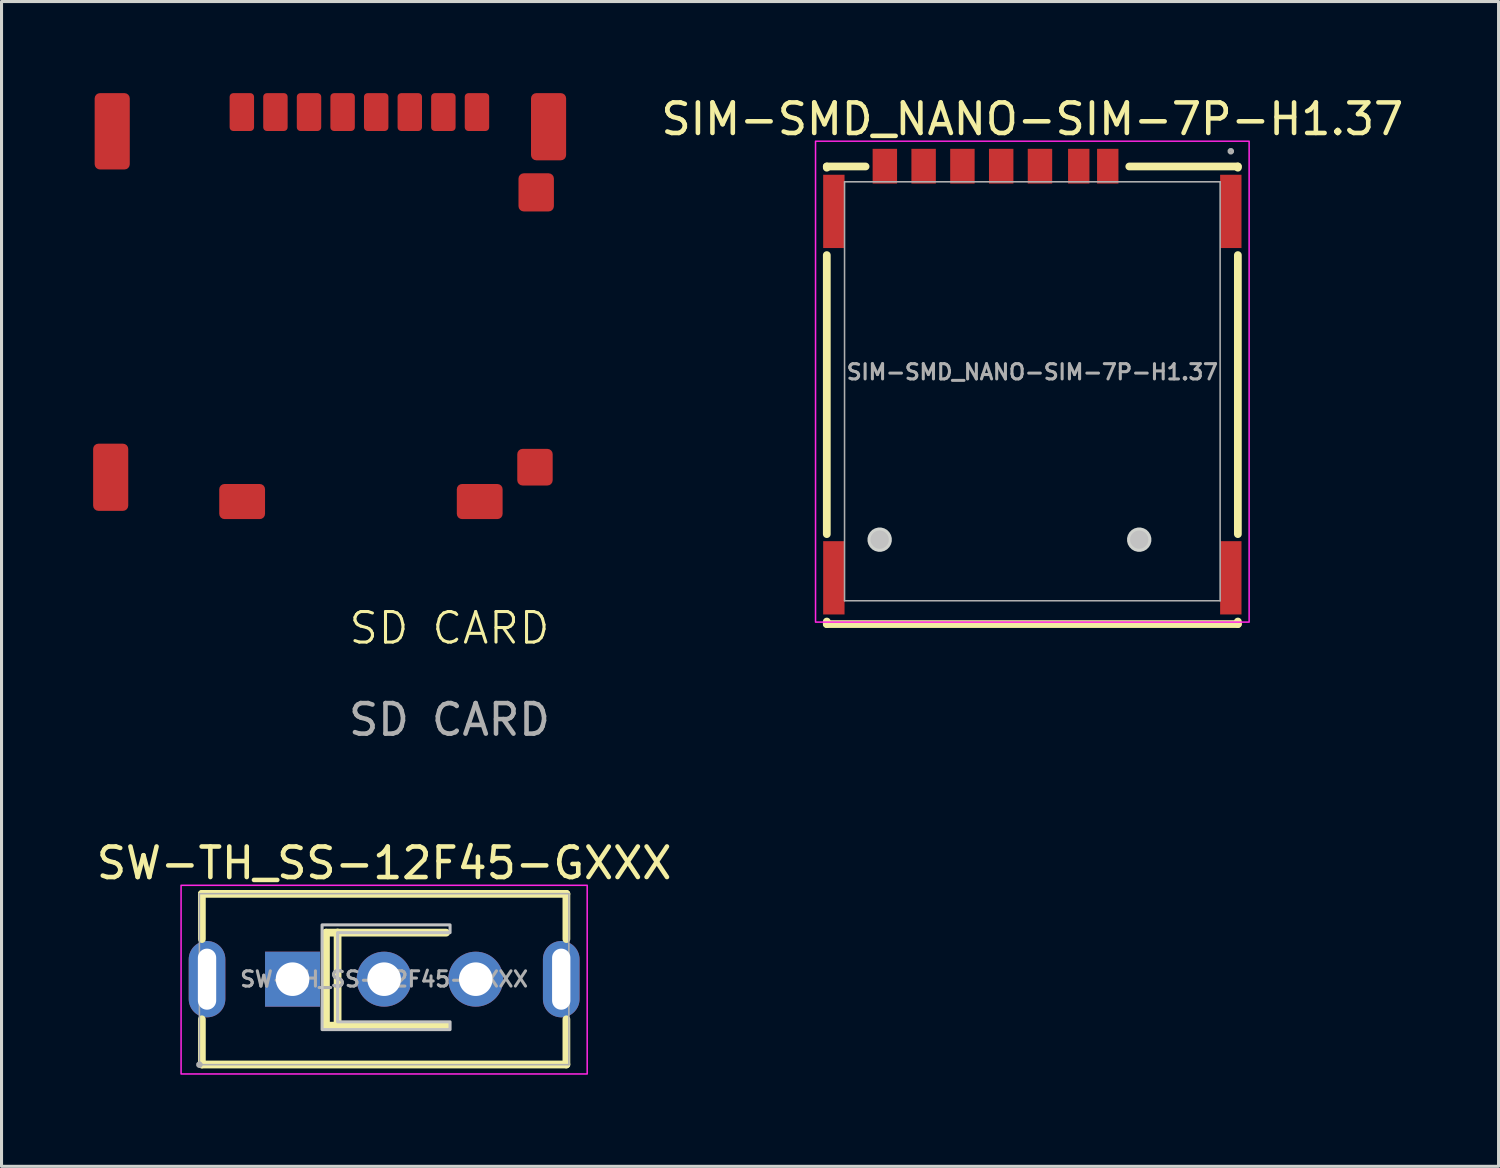
<source format=kicad_pcb>
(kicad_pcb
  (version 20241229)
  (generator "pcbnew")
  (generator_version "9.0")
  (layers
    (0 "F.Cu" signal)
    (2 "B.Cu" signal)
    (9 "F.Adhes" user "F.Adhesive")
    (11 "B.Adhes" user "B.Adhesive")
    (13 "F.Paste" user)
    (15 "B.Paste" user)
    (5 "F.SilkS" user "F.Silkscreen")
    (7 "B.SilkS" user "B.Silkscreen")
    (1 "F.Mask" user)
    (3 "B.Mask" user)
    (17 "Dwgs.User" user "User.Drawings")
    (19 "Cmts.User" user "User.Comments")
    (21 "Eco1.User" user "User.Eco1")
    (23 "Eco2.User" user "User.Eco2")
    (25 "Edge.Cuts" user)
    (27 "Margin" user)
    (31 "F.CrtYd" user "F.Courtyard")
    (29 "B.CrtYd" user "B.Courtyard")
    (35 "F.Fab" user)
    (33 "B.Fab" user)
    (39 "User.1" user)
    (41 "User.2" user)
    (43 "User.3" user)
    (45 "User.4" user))
  (footprint "SIM-SMD_NANO-SIM-7P-H1.37"
    (layer "F.Cu")
    (at 30.758 9.133)
    (property "Reference" "SIM-SMD_NANO-SIM-7P-H1.37" (at 0 -8.284 0) (layer "F.SilkS") (effects (font (size 1 1) (thickness 0.15))))
    (fp_line (start -6.731 -6.731) (end -6.731 -6.691) (stroke (width 0.254) (type default)) (layer "F.SilkS"))
    (fp_line (start -6.731 -3.829) (end -6.731 5.309) (stroke (width 0.254) (type default)) (layer "F.SilkS"))
    (fp_line (start -6.731 8.171) (end -6.731 8.255) (stroke (width 0.254) (type default)) (layer "F.SilkS"))
    (fp_line (start -6.731 8.255) (end 6.731 8.255) (stroke (width 0.254) (type default)) (layer "F.SilkS"))
    (fp_line (start -5.461 -6.731) (end -6.731 -6.731) (stroke (width 0.254) (type default)) (layer "F.SilkS"))
    (fp_line (start 3.175 -6.731) (end 6.731 -6.731) (stroke (width 0.254) (type default)) (layer "F.SilkS"))
    (fp_line (start 6.731 -6.691) (end 6.731 -6.731) (stroke (width 0.254) (type default)) (layer "F.SilkS"))
    (fp_line (start 6.731 5.309) (end 6.731 -3.829) (stroke (width 0.254) (type default)) (layer "F.SilkS"))
    (fp_line (start 6.731 8.255) (end 6.731 8.171) (stroke (width 0.254) (type default)) (layer "F.SilkS"))
    (fp_circle (center -5 5.49) (end -4.849 5.49) (stroke (width 0.3) (type default)) (fill no) (layer "Dwgs.User"))
    (fp_circle (center 3.5 5.49) (end 3.65 5.49) (stroke (width 0.3) (type default)) (fill no) (layer "Dwgs.User"))
    (fp_poly (pts (xy -4.603 5.438) (xy -4.63 5.337) (xy -4.683 5.247) (xy -4.756 5.173) (xy -4.847 5.121) (xy -4.948 5.094) (xy -5.052 5.094) (xy -5.153 5.121) (xy -5.244 5.173) (xy -5.317 5.247) (xy -5.37 5.337) (xy -5.397 5.438) (xy -5.397 5.543) (xy -5.37 5.644) (xy -5.317 5.734) (xy -5.244 5.808) (xy -5.153 5.86) (xy -5.052 5.887) (xy -4.948 5.887) (xy -4.847 5.86) (xy -4.756 5.808) (xy -4.683 5.734) (xy -4.63 5.644) (xy -4.603 5.543)) (stroke (width 0) (type default)) (fill yes) (layer "Edge.Cuts"))
    (fp_poly (pts (xy 3.897 5.438) (xy 3.87 5.337) (xy 3.817 5.247) (xy 3.744 5.173) (xy 3.653 5.121) (xy 3.552 5.094) (xy 3.448 5.094) (xy 3.347 5.121) (xy 3.256 5.173) (xy 3.183 5.247) (xy 3.13 5.337) (xy 3.103 5.438) (xy 3.103 5.543) (xy 3.13 5.644) (xy 3.183 5.734) (xy 3.256 5.808) (xy 3.347 5.86) (xy 3.448 5.887) (xy 3.552 5.887) (xy 3.653 5.86) (xy 3.744 5.808) (xy 3.817 5.734) (xy 3.87 5.644) (xy 3.897 5.543)) (stroke (width 0) (type default)) (fill yes) (layer "Edge.Cuts"))
    (fp_rect (start -7.1 -7.559) (end 7.1 8.191) (stroke (width 0.05) (type default)) (fill no) (layer "F.CrtYd"))
    (fp_line (start -6.15 -6.229) (end 6.15 -6.229) (stroke (width 0.051) (type default)) (layer "F.Fab"))
    (fp_line (start -6.15 7.491) (end -6.15 -6.229) (stroke (width 0.051) (type default)) (layer "F.Fab"))
    (fp_line (start 6.15 -6.229) (end 6.15 7.491) (stroke (width 0.051) (type default)) (layer "F.Fab"))
    (fp_line (start 6.15 7.491) (end -6.15 7.491) (stroke (width 0.051) (type default)) (layer "F.Fab"))
    (fp_poly (pts (xy 6.555 -7.253) (xy 6.523 -7.285) (xy 6.477 -7.285) (xy 6.445 -7.253) (xy 6.445 -7.207) (xy 6.477 -7.175) (xy 6.523 -7.175) (xy 6.555 -7.207)) (stroke (width 0.1) (type default)) (fill no) (layer "F.Fab"))
    (fp_poly (pts (xy -6.5 -6.01) (xy -6.1 -6.01) (xy -6.1 -4.51) (xy -6.5 -4.51)) (stroke (width 0.1) (type default)) (fill no) (layer "User.1"))
    (fp_poly (pts (xy -6.5 5.99) (xy -6.1 5.99) (xy -6.1 7.49) (xy -6.5 7.49)) (stroke (width 0.1) (type default)) (fill no) (layer "User.1"))
    (fp_poly (pts (xy -5.03 -7.229) (xy -4.63 -7.229) (xy -4.63 -6.529) (xy -5.03 -6.529)) (stroke (width 0.1) (type default)) (fill no) (layer "User.1"))
    (fp_poly (pts (xy -4.63 -7.23) (xy -5.03 -7.23) (xy -5.03 -6.22) (xy -4.63 -6.22)) (stroke (width 0.1) (type default)) (fill no) (layer "User.1"))
    (fp_poly (pts (xy -3.76 -7.229) (xy -3.36 -7.229) (xy -3.36 -6.529) (xy -3.76 -6.529)) (stroke (width 0.1) (type default)) (fill no) (layer "User.1"))
    (fp_poly (pts (xy -3.36 -7.23) (xy -3.76 -7.23) (xy -3.76 -6.22) (xy -3.36 -6.22)) (stroke (width 0.1) (type default)) (fill no) (layer "User.1"))
    (fp_poly (pts (xy -2.49 -7.229) (xy -2.09 -7.229) (xy -2.09 -6.529) (xy -2.49 -6.529)) (stroke (width 0.1) (type default)) (fill no) (layer "User.1"))
    (fp_poly (pts (xy -2.09 -7.23) (xy -2.49 -7.23) (xy -2.49 -6.22) (xy -2.09 -6.22)) (stroke (width 0.1) (type default)) (fill no) (layer "User.1"))
    (fp_poly (pts (xy -1.22 -7.229) (xy -0.82 -7.229) (xy -0.82 -6.529) (xy -1.22 -6.529)) (stroke (width 0.1) (type default)) (fill no) (layer "User.1"))
    (fp_poly (pts (xy -0.82 -7.23) (xy -1.22 -7.23) (xy -1.22 -6.22) (xy -0.82 -6.22)) (stroke (width 0.1) (type default)) (fill no) (layer "User.1"))
    (fp_poly (pts (xy 0.05 -7.229) (xy 0.45 -7.229) (xy 0.45 -6.529) (xy 0.05 -6.529)) (stroke (width 0.1) (type default)) (fill no) (layer "User.1"))
    (fp_poly (pts (xy 0.45 -7.23) (xy 0.05 -7.23) (xy 0.05 -6.22) (xy 0.45 -6.22)) (stroke (width 0.1) (type default)) (fill no) (layer "User.1"))
    (fp_poly (pts (xy 1.32 -7.229) (xy 1.72 -7.229) (xy 1.72 -6.529) (xy 1.32 -6.529)) (stroke (width 0.1) (type default)) (fill no) (layer "User.1"))
    (fp_poly (pts (xy 1.72 -7.23) (xy 1.32 -7.23) (xy 1.32 -6.22) (xy 1.72 -6.22)) (stroke (width 0.1) (type default)) (fill no) (layer "User.1"))
    (fp_poly (pts (xy 2.27 -7.229) (xy 2.67 -7.229) (xy 2.67 -6.529) (xy 2.27 -6.529)) (stroke (width 0.1) (type default)) (fill no) (layer "User.1"))
    (fp_poly (pts (xy 2.67 -7.23) (xy 2.27 -7.23) (xy 2.27 -6.22) (xy 2.67 -6.22)) (stroke (width 0.1) (type default)) (fill no) (layer "User.1"))
    (fp_poly (pts (xy 6.1 -6.01) (xy 6.5 -6.01) (xy 6.5 -4.51) (xy 6.1 -4.51)) (stroke (width 0.1) (type default)) (fill no) (layer "User.1"))
    (fp_poly (pts (xy 6.1 5.99) (xy 6.5 5.99) (xy 6.5 7.49) (xy 6.1 7.49)) (stroke (width 0.1) (type default)) (fill no) (layer "User.1"))
    (fp_text user "${REFERENCE}" (at 0 0 0) (layer "F.Fab") (effects (font (size 0.5 0.5) (thickness 0.1))))
    (pad "1" smd rect (at 0.25 -6.74) (size 0.8 1.138) (layers "F.Cu" "F.Mask" "F.Paste"))
    (pad "2" smd rect (at -2.29 -6.74) (size 0.8 1.138) (layers "F.Cu" "F.Mask" "F.Paste"))
    (pad "3" smd rect (at -4.83 -6.74) (size 0.8 1.138) (layers "F.Cu" "F.Mask" "F.Paste"))
    (pad "5" smd rect (at 1.52 -6.74) (size 0.7 1.138) (layers "F.Cu" "F.Mask" "F.Paste"))
    (pad "6" smd rect (at -1.02 -6.74) (size 0.8 1.138) (layers "F.Cu" "F.Mask" "F.Paste"))
    (pad "7" smd rect (at -3.56 -6.74) (size 0.8 1.138) (layers "F.Cu" "F.Mask" "F.Paste"))
    (pad "8" smd rect (at 2.47 -6.74) (size 0.7 1.138) (layers "F.Cu" "F.Mask" "F.Paste"))
    (pad "9" smd rect (at -6.5 -5.26) (size 0.7 2.4) (layers "F.Cu" "F.Mask" "F.Paste"))
    (pad "10" smd rect (at -6.5 6.74) (size 0.7 2.4) (layers "F.Cu" "F.Mask" "F.Paste"))
    (pad "11" smd rect (at 6.5 6.74) (size 0.7 2.4) (layers "F.Cu" "F.Mask" "F.Paste"))
    (pad "12" smd rect (at 6.5 -5.26) (size 0.7 2.4) (layers "F.Cu" "F.Mask" "F.Paste")))
  (footprint "SW-TH_SS-12F45-GXXX"
    (layer "F.Cu")
    (at 9.53 29.017)
    (property "Reference" "SW-TH_SS-12F45-GXXX" (at 0 -3.8 0) (layer "F.SilkS") (effects (font (size 1 1) (thickness 0.15))))
    (fp_line (start -5.969 -2.794) (end 5.969 -2.794) (stroke (width 0.254) (type default)) (layer "F.SilkS"))
    (fp_line (start -5.969 -1.313) (end -5.969 -2.794) (stroke (width 0.254) (type default)) (layer "F.SilkS"))
    (fp_line (start -5.969 2.794) (end -5.969 1.313) (stroke (width 0.254) (type default)) (layer "F.SilkS"))
    (fp_line (start -1.905 -1.524) (end -1.905 1.524) (stroke (width 0.254) (type default)) (layer "F.SilkS"))
    (fp_line (start -1.905 1.524) (end -1.524 1.524) (stroke (width 0.254) (type default)) (layer "F.SilkS"))
    (fp_line (start -1.524 -1.524) (end -1.905 -1.524) (stroke (width 0.254) (type default)) (layer "F.SilkS"))
    (fp_line (start -1.524 -1.524) (end -1.524 1.524) (stroke (width 0.254) (type default)) (layer "F.SilkS"))
    (fp_line (start -1.524 1.524) (end 2.032 1.524) (stroke (width 0.254) (type default)) (layer "F.SilkS"))
    (fp_line (start 2.032 -1.524) (end -1.524 -1.524) (stroke (width 0.254) (type default)) (layer "F.SilkS"))
    (fp_line (start 5.969 -2.794) (end 5.969 -1.313) (stroke (width 0.254) (type default)) (layer "F.SilkS"))
    (fp_line (start 5.969 1.313) (end 5.969 2.794) (stroke (width 0.254) (type default)) (layer "F.SilkS"))
    (fp_line (start 5.969 2.794) (end -5.969 2.794) (stroke (width 0.254) (type default)) (layer "F.SilkS"))
    (fp_poly (pts (xy 2.159 -1.524) (xy -1.524 -1.524) (xy -1.524 1.397) (xy 2.032 1.397) (xy 2.159 1.397) (xy 2.159 1.651) (xy -2.032 1.651) (xy -2.032 -1.778) (xy 2.159 -1.778)) (stroke (width 0.1) (type default)) (fill no) (layer "Dwgs.User"))
    (fp_rect (start -6.65 -3.075) (end 6.65 3.105) (stroke (width 0.05) (type default)) (fill no) (layer "F.CrtYd"))
    (fp_line (start -6.05 -2.8) (end 6.05 -2.8) (stroke (width 0.051) (type default)) (layer "F.Fab"))
    (fp_line (start -6.05 2.8) (end -6.05 -2.8) (stroke (width 0.051) (type default)) (layer "F.Fab"))
    (fp_line (start 6.05 -2.8) (end 6.05 2.8) (stroke (width 0.051) (type default)) (layer "F.Fab"))
    (fp_line (start 6.05 2.8) (end -6.05 2.8) (stroke (width 0.051) (type default)) (layer "F.Fab"))
    (fp_poly (pts (xy -5.995 2.777) (xy -6.027 2.745) (xy -6.073 2.745) (xy -6.105 2.777) (xy -6.105 2.823) (xy -6.073 2.855) (xy -6.027 2.855) (xy -5.995 2.823)) (stroke (width 0.1) (type default)) (fill no) (layer "F.Fab"))
    (fp_poly (pts (xy -6 -0.75) (xy -5.6 -0.75) (xy -5.6 0.75) (xy -6 0.75)) (stroke (width 0.1) (type default)) (fill no) (layer "User.1"))
    (fp_poly (pts (xy -3.35 -0.2) (xy -2.65 -0.2) (xy -2.65 0.2) (xy -3.35 0.2)) (stroke (width 0.1) (type default)) (fill no) (layer "User.1"))
    (fp_poly (pts (xy -0.35 -0.2) (xy 0.35 -0.2) (xy 0.35 0.2) (xy -0.35 0.2)) (stroke (width 0.1) (type default)) (fill no) (layer "User.1"))
    (fp_poly (pts (xy 2.65 -0.2) (xy 3.35 -0.2) (xy 3.35 0.2) (xy 2.65 0.2)) (stroke (width 0.1) (type default)) (fill no) (layer "User.1"))
    (fp_poly (pts (xy 5.6 -0.75) (xy 6 -0.75) (xy 6 0.75) (xy 5.6 0.75)) (stroke (width 0.1) (type default)) (fill no) (layer "User.1"))
    (fp_text user "${REFERENCE}" (at 0 0 0) (layer "F.Fab") (effects (font (size 0.5 0.5) (thickness 0.1))))
    (pad "1" thru_hole rect (at -3 0) (size 1.8 1.8) (drill 1.1) (layers "*.Cu" "*.Mask"))
    (pad "2" thru_hole circle (at 0 0) (size 1.8 1.8) (drill 1.1) (layers "*.Cu" "*.Mask"))
    (pad "3" thru_hole circle (at 3 0) (size 1.8 1.8) (drill 1.1) (layers "*.Cu" "*.Mask"))
    (pad "4" thru_hole oval (at -5.8 0) (size 1.2 2.5) (drill oval 0.6 2) (layers "*.Cu" "*.Mask"))
    (pad "4" thru_hole oval (at 5.8 0) (size 1.2 2.5) (drill oval 0.6 2) (layers "*.Cu" "*.Mask")))
  (footprint "SD CARD"
    (layer "F.Cu")
    (at 11.67 18.02)
    (property "Reference" "SD CARD" (at 0 -0.5 0) (unlocked yes) (layer "F.SilkS") (effects (font (size 1 1) (thickness 0.1))))
    (attr smd)
    (fp_text user "${REFERENCE}" (at 0 2.5 0) (unlocked yes) (layer "F.Fab") (effects (font (size 1 1) (thickness 0.15))))
    (pad "1" smd roundrect (at -6.8 -17.4) (size 0.8 1.24) (layers "F.Cu" "F.Mask" "F.Paste") (roundrect_rratio 0.15))
    (pad "2" smd roundrect (at -5.7 -17.4) (size 0.8 1.24) (layers "F.Cu" "F.Mask" "F.Paste") (roundrect_rratio 0.15))
    (pad "3" smd roundrect (at -4.6 -17.4) (size 0.8 1.24) (layers "F.Cu" "F.Mask" "F.Paste") (roundrect_rratio 0.15))
    (pad "4" smd roundrect (at -3.5 -17.4) (size 0.8 1.24) (layers "F.Cu" "F.Mask" "F.Paste") (roundrect_rratio 0.15))
    (pad "5" smd roundrect (at -2.4 -17.4) (size 0.8 1.24) (layers "F.Cu" "F.Mask" "F.Paste") (roundrect_rratio 0.15))
    (pad "6" smd roundrect (at -1.3 -17.4) (size 0.8 1.24) (layers "F.Cu" "F.Mask" "F.Paste") (roundrect_rratio 0.15))
    (pad "7" smd roundrect (at -0.2 -17.4) (size 0.8 1.24) (layers "F.Cu" "F.Mask" "F.Paste") (roundrect_rratio 0.15))
    (pad "8" smd roundrect (at 0.9 -17.4) (size 0.8 1.24) (layers "F.Cu" "F.Mask" "F.Paste") (roundrect_rratio 0.15))
    (pad "9" smd roundrect (at -11.045 -16.77) (size 1.15 2.5) (layers "F.Cu" "F.Mask" "F.Paste") (roundrect_rratio 0.15))
    (pad "10" smd roundrect (at 3.245 -16.92) (size 1.15 2.2) (layers "F.Cu" "F.Mask" "F.Paste") (roundrect_rratio 0.15))
    (pad "11" smd roundrect (at 2.84 -14.77) (size 1.16 1.25) (layers "F.Cu" "F.Mask" "F.Paste") (roundrect_rratio 0.15))
    (pad "12" smd roundrect (at 2.8 -5.77) (size 1.16 1.2) (layers "F.Cu" "F.Mask" "F.Paste") (roundrect_rratio 0.15))
    (pad "13" smd roundrect (at -11.095 -5.44) (size 1.15 2.2) (layers "F.Cu" "F.Mask" "F.Paste") (roundrect_rratio 0.15))
    (pad "14" smd roundrect (at -6.79 -4.645) (size 1.5 1.15) (layers "F.Cu" "F.Mask" "F.Paste") (roundrect_rratio 0.15))
    (pad "15" smd roundrect (at 0.99 -4.645) (size 1.5 1.15) (layers "F.Cu" "F.Mask" "F.Paste") (roundrect_rratio 0.15))
    (zone (net_name "") (layer "F.SilkS") (hatch edge 0.5) (connect_pads) (min_thickness 0.25) (filled_areas_thickness no) (keepout (tracks not_allowed) (vias not_allowed) (pads not_allowed) (copperpour allowed) (footprints allowed)) (placement (enabled no)) (fill) (polygon (pts (xy 4.07 1.49) (xy 13.27 1.49) (xy 13.27 9.65) (xy 4.07 9.65)))))
  (gr_rect
    (start -3 -3)
    (end 46.026 35.147)
    (stroke (width 0.1) (type default))
    (fill no)
    (layer "Edge.Cuts")))
</source>
